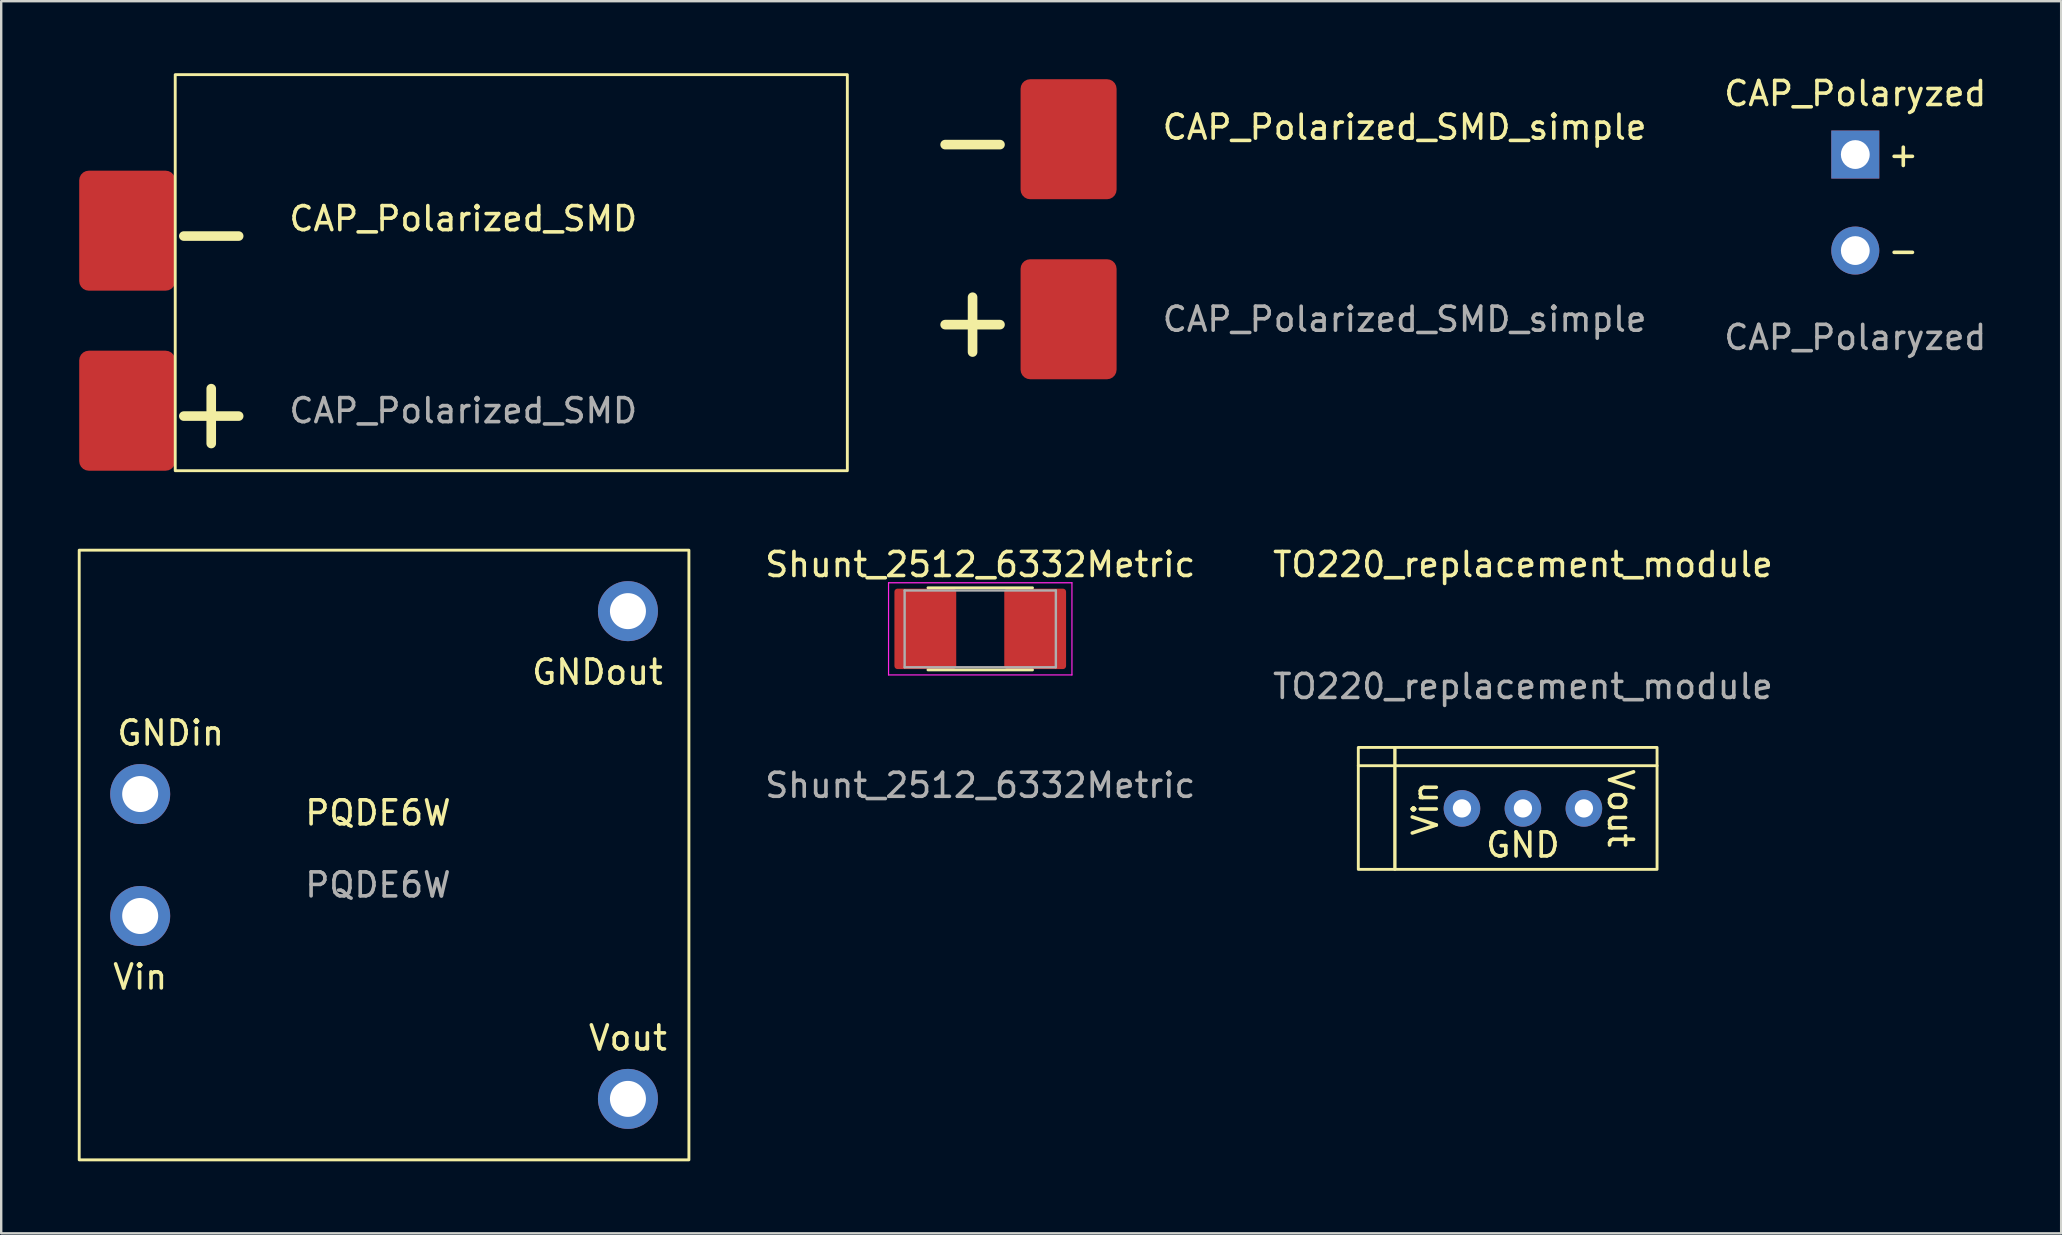
<source format=kicad_pcb>
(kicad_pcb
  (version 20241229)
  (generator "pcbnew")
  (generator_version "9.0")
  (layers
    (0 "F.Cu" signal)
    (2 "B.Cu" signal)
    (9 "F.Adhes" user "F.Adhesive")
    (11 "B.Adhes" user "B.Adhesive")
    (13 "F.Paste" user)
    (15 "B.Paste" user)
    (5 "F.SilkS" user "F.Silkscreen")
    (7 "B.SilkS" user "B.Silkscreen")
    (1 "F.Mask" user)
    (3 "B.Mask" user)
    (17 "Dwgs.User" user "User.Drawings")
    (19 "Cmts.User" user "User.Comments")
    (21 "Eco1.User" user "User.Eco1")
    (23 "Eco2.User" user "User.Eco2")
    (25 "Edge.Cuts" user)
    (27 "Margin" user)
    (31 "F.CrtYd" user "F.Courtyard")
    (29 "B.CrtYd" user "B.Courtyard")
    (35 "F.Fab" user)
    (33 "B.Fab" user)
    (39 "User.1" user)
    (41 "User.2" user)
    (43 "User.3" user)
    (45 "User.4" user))
  (footprint "CAP_Polaryzed"
    (layer "F.Cu")
    (at 74.241 3.388)
    (property "Reference" "CAP_Polaryzed" (at 0 -2.54 0) (unlocked yes) (layer "F.SilkS") (effects (font (size 1 1) (thickness 0.15))))
    (attr through_hole)
    (fp_text user "+" (at 2 0 0) (unlocked yes) (layer "F.SilkS") (effects (font (size 1 1) (thickness 0.15))))
    (fp_text user "-" (at 2 4 0) (unlocked yes) (layer "F.SilkS") (effects (font (size 1 1) (thickness 0.15))))
    (fp_text user "${REFERENCE}" (at 0 7.62 0) (unlocked yes) (layer "F.Fab") (effects (font (size 1 1) (thickness 0.15))))
    (pad "1" thru_hole rect (at 0 0) (size 2 2) (drill 1.2) (layers "*.Cu" "*.Mask"))
    (pad "2" thru_hole circle (at 0 4) (size 2 2) (drill 1.2) (layers "*.Cu" "*.Mask")))
  (footprint "Shunt_2512_6332Metric"
    (layer "F.Cu")
    (at 37.787 23.168)
    (property "Reference" "Shunt_2512_6332Metric" (at 0 -2.7 0) (unlocked yes) (layer "F.SilkS") (effects (font (size 1 1) (thickness 0.15))))
    (attr smd)
    (fp_line (start -2.177 -1.73) (end 2.177 -1.73) (stroke (width 0.12) (type solid)) (layer "F.SilkS"))
    (fp_line (start -2.177 1.69) (end 2.177 1.69) (stroke (width 0.12) (type solid)) (layer "F.SilkS"))
    (fp_line (start -3.82 -1.94) (end 3.82 -1.94) (stroke (width 0.05) (type solid)) (layer "F.CrtYd"))
    (fp_line (start -3.82 1.9) (end -3.82 -1.94) (stroke (width 0.05) (type solid)) (layer "F.CrtYd"))
    (fp_line (start 3.82 -1.94) (end 3.82 1.9) (stroke (width 0.05) (type solid)) (layer "F.CrtYd"))
    (fp_line (start 3.82 1.9) (end -3.82 1.9) (stroke (width 0.05) (type solid)) (layer "F.CrtYd"))
    (fp_line (start -3.15 -1.62) (end 3.15 -1.62) (stroke (width 0.1) (type solid)) (layer "F.Fab"))
    (fp_line (start -3.15 1.58) (end -3.15 -1.62) (stroke (width 0.1) (type solid)) (layer "F.Fab"))
    (fp_line (start 3.15 -1.62) (end 3.15 1.58) (stroke (width 0.1) (type solid)) (layer "F.Fab"))
    (fp_line (start 3.15 1.58) (end -3.15 1.58) (stroke (width 0.1) (type solid)) (layer "F.Fab"))
    (fp_text user "${REFERENCE}" (at 0 6.5 0) (unlocked yes) (layer "F.Fab") (effects (font (size 1 1) (thickness 0.15))))
    (pad "1" smd roundrect (at -2.288 -0.02) (size 2.575 3.35) (layers "F.Cu" "F.Mask" "F.Paste") (roundrect_rratio 0.05))
    (pad "2" smd roundrect (at 2.288 -0.02) (size 2.575 3.35) (layers "F.Cu" "F.Mask" "F.Paste") (roundrect_rratio 0.05)))
  (footprint "PQDE6W"
    (layer "F.Cu")
    (at 0.25 19.87)
    (property "Reference" "PQDE6W" (at 12.446 10.946 0) (unlocked yes) (layer "F.SilkS") (effects (font (size 1 1) (thickness 0.15))))
    (attr through_hole)
    (fp_rect (start 0 0) (end 25.4 25.4) (stroke (width 0.12) (type solid)) (fill no) (layer "F.SilkS"))
    (fp_text user "Vin" (at 2.54 17.78 0) (unlocked yes) (layer "F.SilkS") (effects (font (size 1 1) (thickness 0.15))))
    (fp_text user "GNDin" (at 3.81 7.62 0) (unlocked yes) (layer "F.SilkS") (effects (font (size 1 1) (thickness 0.15))))
    (fp_text user "GNDout" (at 21.59 5.08 0) (unlocked yes) (layer "F.SilkS") (effects (font (size 1 1) (thickness 0.15))))
    (fp_text user "Vout" (at 22.86 20.32 0) (unlocked yes) (layer "F.SilkS") (effects (font (size 1 1) (thickness 0.15))))
    (fp_text user "${REFERENCE}" (at 12.446 13.946 0) (unlocked yes) (layer "F.Fab") (effects (font (size 1 1) (thickness 0.15))))
    (pad "1" thru_hole circle (at 2.54 15.24) (size 2.5 2.5) (drill 1.5) (layers "*.Cu" "*.Mask"))
    (pad "2" thru_hole circle (at 2.54 10.16) (size 2.5 2.5) (drill 1.5) (layers "*.Cu" "*.Mask"))
    (pad "3" thru_hole circle (at 22.86 2.54) (size 2.5 2.5) (drill 1.5) (layers "*.Cu" "*.Mask"))
    (pad "4" thru_hole circle (at 22.86 22.86) (size 2.5 2.5) (drill 1.5) (layers "*.Cu" "*.Mask")))
  (footprint "TO220_replacement_module"
    (layer "F.Cu")
    (at 55.315 28.088)
    (property "Reference" "TO220_replacement_module" (at 5.08 -7.62 0) (unlocked yes) (layer "F.SilkS") (effects (font (size 1 1) (thickness 0.15))))
    (attr through_hole)
    (fp_line (start -1.778 0.762) (end 10.668 0.762) (stroke (width 0.12) (type solid)) (layer "F.SilkS"))
    (fp_rect (start -1.778 0) (end -0.254 5.08) (stroke (width 0.12) (type solid)) (fill no) (layer "F.SilkS"))
    (fp_rect (start -0.254 0) (end 10.668 5.08) (stroke (width 0.12) (type solid)) (fill no) (layer "F.SilkS"))
    (fp_text user "Vout" (at 9.144 2.54 270) (unlocked yes) (layer "F.SilkS") (effects (font (size 1 1) (thickness 0.15))))
    (fp_text user "Vin" (at 1.016 2.54 90) (unlocked yes) (layer "F.SilkS") (effects (font (size 1 1) (thickness 0.15))))
    (fp_text user "GND" (at 5.08 4.064 0) (unlocked yes) (layer "F.SilkS") (effects (font (size 1 1) (thickness 0.15))))
    (fp_text user "${REFERENCE}" (at 5.08 -2.54 0) (unlocked yes) (layer "F.Fab") (effects (font (size 1 1) (thickness 0.15))))
    (pad "1" thru_hole circle (at 2.54 2.54) (size 1.524 1.524) (drill 0.762) (layers "*.Cu" "*.Mask"))
    (pad "2" thru_hole circle (at 5.08 2.54) (size 1.524 1.524) (drill 0.762) (layers "*.Cu" "*.Mask"))
    (pad "3" thru_hole circle (at 7.62 2.54) (size 1.524 1.524) (drill 0.762) (layers "*.Cu" "*.Mask")))
  (footprint "CAP_Polarized_SMD"
    (layer "F.Cu")
    (at 0.25 4.06)
    (property "Reference" "CAP_Polarized_SMD" (at 16 2 0) (unlocked yes) (layer "F.SilkS") (effects (font (size 1 1) (thickness 0.15))))
    (attr smd)
    (fp_rect (start 4 -4) (end 32 12.5) (stroke (width 0.12) (type solid)) (fill no) (layer "F.SilkS"))
    (fp_text user "+" (at 5.5 10 0) (unlocked yes) (layer "F.SilkS") (effects (font (size 3 3) (thickness 0.4))))
    (fp_text user "-" (at 5.5 2.5 0) (unlocked yes) (layer "F.SilkS") (effects (font (size 3 3) (thickness 0.4))))
    (fp_text user "${REFERENCE}" (at 16 10 0) (unlocked yes) (layer "F.Fab") (effects (font (size 1 1) (thickness 0.15))))
    (pad "1" smd roundrect (at 2 10) (size 4 5) (layers "F.Cu" "F.Mask" "F.Paste") (roundrect_rratio 0.1))
    (pad "2" smd roundrect (at 2 2.5) (size 4 5) (layers "F.Cu" "F.Mask" "F.Paste") (roundrect_rratio 0.1)))
  (footprint "CAP_Polarized_SMD_simple"
    (layer "F.Cu")
    (at 39.467 0.25)
    (property "Reference" "CAP_Polarized_SMD_simple" (at 16 2 0) (unlocked yes) (layer "F.SilkS") (effects (font (size 1 1) (thickness 0.15))))
    (attr smd)
    (fp_text user "+" (at -2 10 0) (unlocked yes) (layer "F.SilkS") (effects (font (size 3 3) (thickness 0.4))))
    (fp_text user "-" (at -2 2.5 0) (unlocked yes) (layer "F.SilkS") (effects (font (size 3 3) (thickness 0.4))))
    (fp_text user "${REFERENCE}" (at 16 10 0) (unlocked yes) (layer "F.Fab") (effects (font (size 1 1) (thickness 0.15))))
    (pad "1" smd roundrect (at 2 10) (size 4 5) (layers "F.Cu" "F.Mask" "F.Paste") (roundrect_rratio 0.1))
    (pad "2" smd roundrect (at 2 2.5) (size 4 5) (layers "F.Cu" "F.Mask" "F.Paste") (roundrect_rratio 0.1)))
  (gr_rect
    (start -3 -3)
    (end 82.818 48.33)
    (stroke (width 0.1) (type default))
    (fill no)
    (layer "Edge.Cuts")))
</source>
